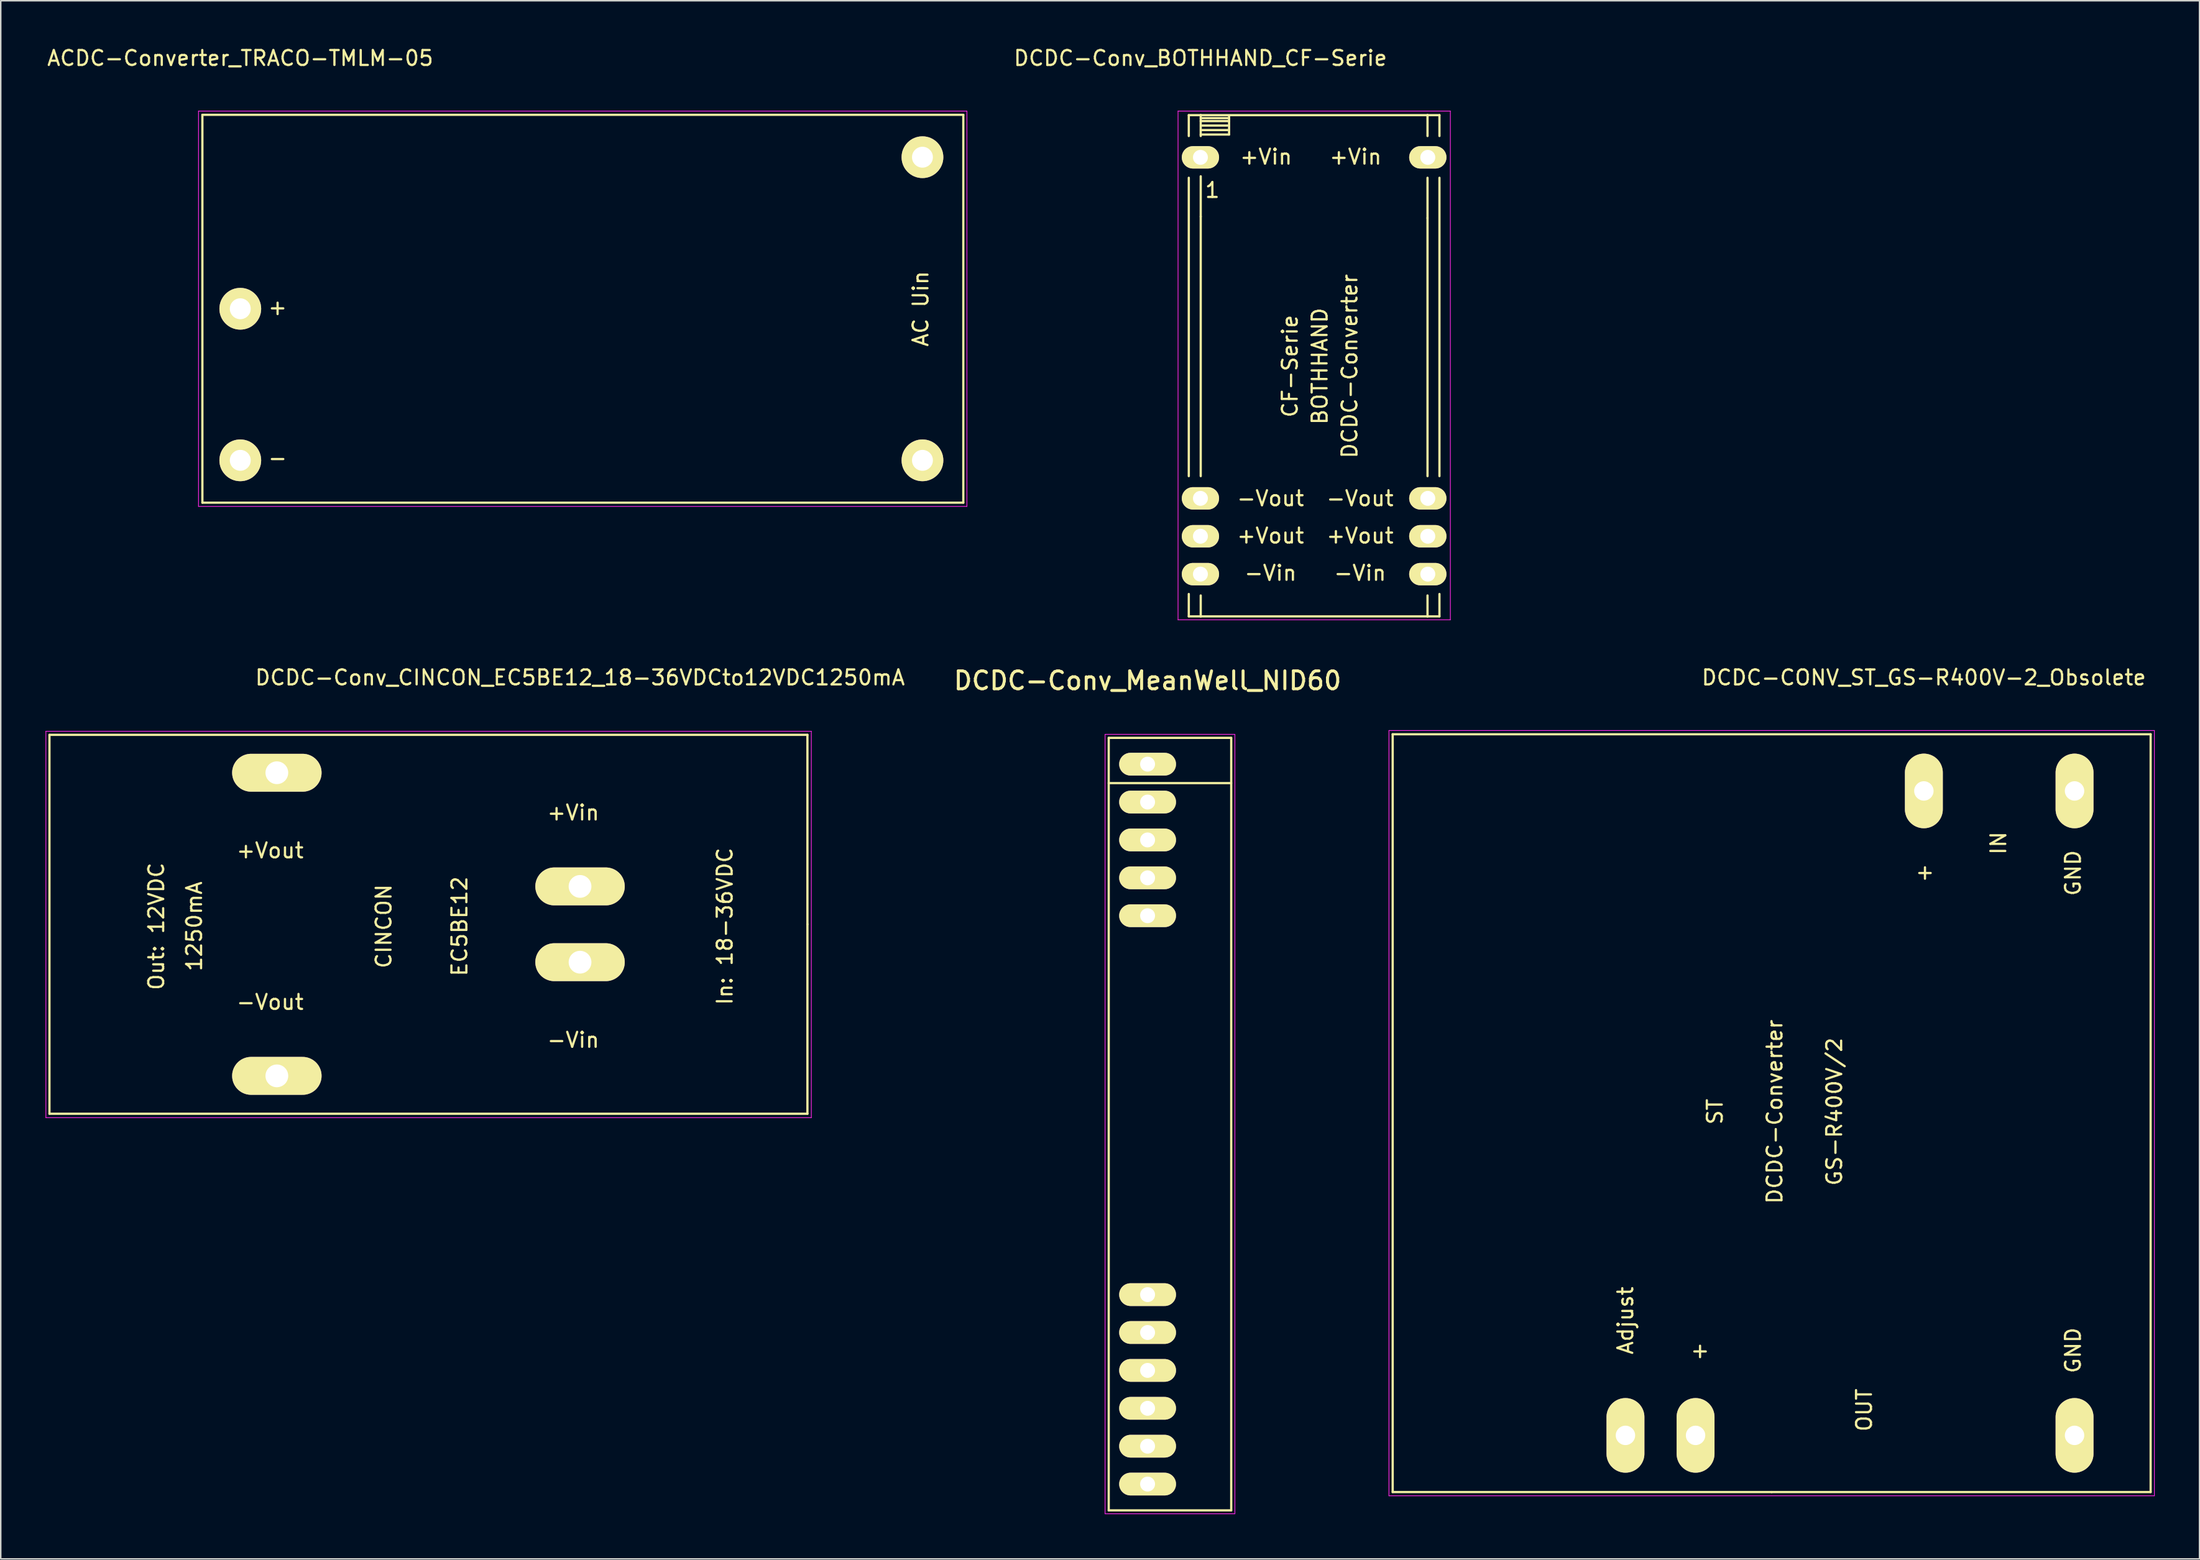
<source format=kicad_pcb>
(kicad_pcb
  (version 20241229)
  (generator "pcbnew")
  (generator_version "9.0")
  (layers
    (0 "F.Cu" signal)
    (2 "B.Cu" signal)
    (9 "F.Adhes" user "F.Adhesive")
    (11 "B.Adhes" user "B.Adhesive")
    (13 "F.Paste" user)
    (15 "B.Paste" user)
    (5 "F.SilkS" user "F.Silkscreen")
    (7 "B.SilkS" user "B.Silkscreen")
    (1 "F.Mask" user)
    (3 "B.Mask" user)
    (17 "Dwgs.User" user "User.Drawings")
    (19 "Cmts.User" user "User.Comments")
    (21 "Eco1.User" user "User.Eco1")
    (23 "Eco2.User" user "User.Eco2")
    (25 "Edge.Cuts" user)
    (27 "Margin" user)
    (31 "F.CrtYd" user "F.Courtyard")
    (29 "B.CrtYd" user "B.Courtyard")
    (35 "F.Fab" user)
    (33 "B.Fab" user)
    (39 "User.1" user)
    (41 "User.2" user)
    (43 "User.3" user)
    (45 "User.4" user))
  (footprint "DCDC-Conv_BOTHHAND_CF-Serie"
    (layer "F.Cu")
    (at 77.404 7.498)
    (property "Reference" "DCDC-Conv_BOTHHAND_CF-Serie" (at 0 -6.65 0) (layer "F.SilkS") (effects (font (size 1 1) (thickness 0.15))))
    (attr through_hole)
    (fp_line (start -0.78 -2.83) (end -0.78 -1.43) (stroke (width 0.15) (type solid)) (layer "F.SilkS"))
    (fp_line (start -0.78 21.369) (end -0.78 1.369) (stroke (width 0.15) (type solid)) (layer "F.SilkS"))
    (fp_line (start -0.78 30.77) (end -0.78 29.271) (stroke (width 0.15) (type solid)) (layer "F.SilkS"))
    (fp_line (start 0.02 -2.83) (end -0.78 -2.83) (stroke (width 0.15) (type solid)) (layer "F.SilkS"))
    (fp_line (start 0.02 -2.83) (end 0.02 -1.43) (stroke (width 0.15) (type solid)) (layer "F.SilkS"))
    (fp_line (start 0.02 3.97) (end 0.02 1.27) (stroke (width 0.15) (type solid)) (layer "F.SilkS"))
    (fp_line (start 0.02 21.369) (end 0.02 3.97) (stroke (width 0.15) (type solid)) (layer "F.SilkS"))
    (fp_line (start 0.02 30.77) (end -0.78 30.77) (stroke (width 0.15) (type solid)) (layer "F.SilkS"))
    (fp_line (start 0.02 30.77) (end 0.02 29.37) (stroke (width 0.15) (type solid)) (layer "F.SilkS"))
    (fp_line (start 0.02 30.77) (end 15.22 30.77) (stroke (width 0.15) (type solid)) (layer "F.SilkS"))
    (fp_line (start 1.821 -2.131) (end 0.119 -2.131) (stroke (width 0.15) (type solid)) (layer "F.SilkS"))
    (fp_line (start 1.821 -1.829) (end 0.119 -1.829) (stroke (width 0.15) (type solid)) (layer "F.SilkS"))
    (fp_line (start 1.92 -2.731) (end 1.92 -1.529) (stroke (width 0.15) (type solid)) (layer "F.SilkS"))
    (fp_line (start 1.92 -2.629) (end 0.02 -2.629) (stroke (width 0.15) (type solid)) (layer "F.SilkS"))
    (fp_line (start 1.92 -2.431) (end 0.02 -2.431) (stroke (width 0.15) (type solid)) (layer "F.SilkS"))
    (fp_line (start 1.92 -1.529) (end 0.02 -1.529) (stroke (width 0.15) (type solid)) (layer "F.SilkS"))
    (fp_line (start 15.22 -2.83) (end 0.02 -2.83) (stroke (width 0.15) (type solid)) (layer "F.SilkS"))
    (fp_line (start 15.22 -2.83) (end 15.22 -1.43) (stroke (width 0.15) (type solid)) (layer "F.SilkS"))
    (fp_line (start 15.22 -2.83) (end 16.02 -2.83) (stroke (width 0.15) (type solid)) (layer "F.SilkS"))
    (fp_line (start 15.22 4.069) (end 15.22 1.369) (stroke (width 0.15) (type solid)) (layer "F.SilkS"))
    (fp_line (start 15.22 4.069) (end 15.22 21.369) (stroke (width 0.15) (type solid)) (layer "F.SilkS"))
    (fp_line (start 15.22 29.37) (end 15.22 30.77) (stroke (width 0.15) (type solid)) (layer "F.SilkS"))
    (fp_line (start 15.22 30.77) (end 16.02 30.77) (stroke (width 0.15) (type solid)) (layer "F.SilkS"))
    (fp_line (start 16.02 -2.83) (end 16.02 -1.43) (stroke (width 0.15) (type solid)) (layer "F.SilkS"))
    (fp_line (start 16.02 21.369) (end 16.02 1.369) (stroke (width 0.15) (type solid)) (layer "F.SilkS"))
    (fp_line (start 16.02 30.77) (end 16.02 29.271) (stroke (width 0.15) (type solid)) (layer "F.SilkS"))
    (fp_line (start -1.5 -3.1) (end -1.5 31) (stroke (width 0.05) (type solid)) (layer "F.CrtYd"))
    (fp_line (start -1.5 -3.1) (end 16.75 -3.1) (stroke (width 0.05) (type solid)) (layer "F.CrtYd"))
    (fp_line (start -1.5 31) (end 16.75 31) (stroke (width 0.05) (type solid)) (layer "F.CrtYd"))
    (fp_line (start 16.75 -3.1) (end 16.75 31) (stroke (width 0.05) (type solid)) (layer "F.CrtYd"))
    (fp_text user "CF-Serie" (at 6 14 270) (layer "F.SilkS") (effects (font (size 1 1) (thickness 0.15))))
    (fp_text user "-Vout" (at 10.698 22.862 0) (layer "F.SilkS") (effects (font (size 1 1) (thickness 0.15))))
    (fp_text user "-Vin" (at 4.698 27.863 0) (layer "F.SilkS") (effects (font (size 1 1) (thickness 0.15))))
    (fp_text user "+Vout" (at 4.698 25.364 0) (layer "F.SilkS") (effects (font (size 1 1) (thickness 0.15))))
    (fp_text user "-Vout" (at 4.698 22.862 0) (layer "F.SilkS") (effects (font (size 1 1) (thickness 0.15))))
    (fp_text user "+Vin" (at 4.398 -0.038 0) (layer "F.SilkS") (effects (font (size 1 1) (thickness 0.15))))
    (fp_text user "+Vin" (at 10.398 -0.038 0) (layer "F.SilkS") (effects (font (size 1 1) (thickness 0.15))))
    (fp_text user "+Vout" (at 10.698 25.364 0) (layer "F.SilkS") (effects (font (size 1 1) (thickness 0.15))))
    (fp_text user "1" (at 0.8 2.2 0) (layer "F.SilkS") (effects (font (size 1 1) (thickness 0.15))))
    (fp_text user "BOTHHAND" (at 8 14 270) (layer "F.SilkS") (effects (font (size 1 1) (thickness 0.15))))
    (fp_text user "DCDC-Converter" (at 10 14 270) (layer "F.SilkS") (effects (font (size 1 1) (thickness 0.15))))
    (fp_text user "-Vin" (at 10.698 27.863 0) (layer "F.SilkS") (effects (font (size 1 1) (thickness 0.15))))
    (pad "1" thru_hole oval (at 0 0) (size 2.499 1.501) (drill 1.001) (layers "*.Cu" "*.Mask" "F.SilkS"))
    (pad "10" thru_hole oval (at 0 22.86) (size 2.499 1.501) (drill 1.001) (layers "*.Cu" "*.Mask" "F.SilkS"))
    (pad "11" thru_hole oval (at 0 25.4) (size 2.499 1.501) (drill 1.001) (layers "*.Cu" "*.Mask" "F.SilkS"))
    (pad "12" thru_hole oval (at 0 27.94) (size 2.499 1.501) (drill 1.001) (layers "*.Cu" "*.Mask" "F.SilkS"))
    (pad "13" thru_hole oval (at 15.24 27.94) (size 2.499 1.501) (drill 1.001) (layers "*.Cu" "*.Mask" "F.SilkS"))
    (pad "14" thru_hole oval (at 15.24 25.4) (size 2.499 1.501) (drill 1.001) (layers "*.Cu" "*.Mask" "F.SilkS"))
    (pad "15" thru_hole oval (at 15.24 22.86) (size 2.499 1.501) (drill 1.001) (layers "*.Cu" "*.Mask" "F.SilkS"))
    (pad "24" thru_hole oval (at 15.24 0) (size 2.499 1.501) (drill 1.001) (layers "*.Cu" "*.Mask" "F.SilkS")))
  (footprint "DCDC-Conv_MeanWell_NID60"
    (layer "F.Cu")
    (at 73.863 48.176)
    (property "Reference" "DCDC-Conv_MeanWell_NID60" (at 0 -5.6 0) (layer "F.SilkS") (effects (font (size 1.2 1.2) (thickness 0.2))))
    (attr through_hole)
    (fp_line (start -2.605 -1.762) (end 5.6 -1.762) (stroke (width 0.15) (type solid)) (layer "F.SilkS"))
    (fp_line (start -2.605 1.27) (end 5.6 1.27) (stroke (width 0.15) (type solid)) (layer "F.SilkS"))
    (fp_line (start -2.605 50.022) (end -2.605 -1.762) (stroke (width 0.15) (type solid)) (layer "F.SilkS"))
    (fp_line (start 5.6 50.022) (end -2.605 50.022) (stroke (width 0.15) (type solid)) (layer "F.SilkS"))
    (fp_line (start 5.605 -1.762) (end 5.605 50.022) (stroke (width 0.15) (type solid)) (layer "F.SilkS"))
    (fp_line (start -2.85 -2) (end -2.85 50.25) (stroke (width 0.05) (type solid)) (layer "F.CrtYd"))
    (fp_line (start -2.85 -2) (end 5.85 -2) (stroke (width 0.05) (type solid)) (layer "F.CrtYd"))
    (fp_line (start -2.85 50.25) (end 5.85 50.25) (stroke (width 0.05) (type solid)) (layer "F.CrtYd"))
    (fp_line (start 5.85 -2) (end 5.85 50.25) (stroke (width 0.05) (type solid)) (layer "F.CrtYd"))
    (pad "1" thru_hole oval (at 0 0) (size 3.81 1.524) (drill 1) (layers "*.Cu" "*.Mask" "F.SilkS"))
    (pad "2" thru_hole oval (at 0 2.54) (size 3.81 1.524) (drill 1) (layers "*.Cu" "*.Mask" "F.SilkS"))
    (pad "3" thru_hole oval (at 0 5.08) (size 3.81 1.524) (drill 1) (layers "*.Cu" "*.Mask" "F.SilkS"))
    (pad "4" thru_hole oval (at 0 7.62) (size 3.81 1.524) (drill 1) (layers "*.Cu" "*.Mask" "F.SilkS"))
    (pad "5" thru_hole oval (at 0 10.16) (size 3.81 1.524) (drill 1) (layers "*.Cu" "*.Mask" "F.SilkS"))
    (pad "6" thru_hole oval (at 0 35.56) (size 3.81 1.524) (drill 1) (layers "*.Cu" "*.Mask" "F.SilkS"))
    (pad "7" thru_hole oval (at 0 38.1) (size 3.81 1.524) (drill 1) (layers "*.Cu" "*.Mask" "F.SilkS"))
    (pad "8" thru_hole oval (at 0 40.64) (size 3.81 1.524) (drill 1) (layers "*.Cu" "*.Mask" "F.SilkS"))
    (pad "9" thru_hole oval (at 0 43.18) (size 3.81 1.524) (drill 1) (layers "*.Cu" "*.Mask" "F.SilkS"))
    (pad "10" thru_hole oval (at 0 45.72) (size 3.81 1.524) (drill 1) (layers "*.Cu" "*.Mask" "F.SilkS"))
    (pad "11" thru_hole oval (at 0 48.26) (size 3.81 1.524) (drill 1) (layers "*.Cu" "*.Mask" "F.SilkS")))
  (footprint "DCDC-CONV_ST_GS-R400V-2_Obsolete"
    (layer "F.Cu")
    (at 125.89 49.971)
    (property "Reference" "DCDC-CONV_ST_GS-R400V-2_Obsolete" (at 0 -7.6 0) (layer "F.SilkS") (effects (font (size 1 1) (thickness 0.15))))
    (attr through_hole)
    (fp_line (start -35.601 -3.8) (end -35.601 47) (stroke (width 0.15) (type solid)) (layer "F.SilkS"))
    (fp_line (start -35.601 47) (end -10.201 47) (stroke (width 0.15) (type solid)) (layer "F.SilkS"))
    (fp_line (start -10.201 47) (end 15.199 47) (stroke (width 0.15) (type solid)) (layer "F.SilkS"))
    (fp_line (start 15.199 -3.8) (end -35.601 -3.8) (stroke (width 0.15) (type solid)) (layer "F.SilkS"))
    (fp_line (start 15.199 47) (end 15.199 -3.8) (stroke (width 0.15) (type solid)) (layer "F.SilkS"))
    (fp_line (start -35.85 -4.05) (end -35.85 47.25) (stroke (width 0.05) (type solid)) (layer "F.CrtYd"))
    (fp_line (start -35.85 -4.05) (end 15.45 -4.05) (stroke (width 0.05) (type solid)) (layer "F.CrtYd"))
    (fp_line (start -35.85 47.25) (end 15.45 47.25) (stroke (width 0.05) (type solid)) (layer "F.CrtYd"))
    (fp_line (start 15.45 -4.05) (end 15.45 47.25) (stroke (width 0.05) (type solid)) (layer "F.CrtYd"))
    (fp_text user "GND" (at 10 5.501 90) (layer "F.SilkS") (effects (font (size 1 1) (thickness 0.15))))
    (fp_text user "+" (at -15.001 37.499 0) (layer "F.SilkS") (effects (font (size 1 1) (thickness 0.15))))
    (fp_text user "+" (at -0.00002 5.501 90) (layer "F.SilkS") (effects (font (size 1 1) (thickness 0.15))))
    (fp_text user "Adjust" (at -20 35.5 90) (layer "F.SilkS") (effects (font (size 1 1) (thickness 0.15))))
    (fp_text user "GS-R400V/2" (at -6 21.5 90) (layer "F.SilkS") (effects (font (size 1 1) (thickness 0.15))))
    (fp_text user "GND" (at 10 37.499 90) (layer "F.SilkS") (effects (font (size 1 1) (thickness 0.15))))
    (fp_text user "IN" (at 5.001 3.499 90) (layer "F.SilkS") (effects (font (size 1 1) (thickness 0.15))))
    (fp_text user "OUT" (at -4.001 41.5 90) (layer "F.SilkS") (effects (font (size 1 1) (thickness 0.15))))
    (fp_text user "DCDC-Converter" (at -10 21.5 90) (layer "F.SilkS") (effects (font (size 1 1) (thickness 0.15))))
    (fp_text user "ST" (at -14.001 21.5 90) (layer "F.SilkS") (effects (font (size 1 1) (thickness 0.15))))
    (pad "1" thru_hole oval (at 0 0) (size 2.54 5.001) (drill 1.3) (layers "*.Cu" "*.Mask" "F.SilkS"))
    (pad "2" thru_hole oval (at 10.099 0) (size 2.54 5.001) (drill 1.3) (layers "*.Cu" "*.Mask" "F.SilkS"))
    (pad "3" thru_hole oval (at 10.099 43.2) (size 2.54 5.001) (drill 1.3) (layers "*.Cu" "*.Mask" "F.SilkS"))
    (pad "4" thru_hole oval (at -15.301 43.2) (size 2.54 5.001) (drill 1.3) (layers "*.Cu" "*.Mask" "F.SilkS"))
    (pad "5" thru_hole oval (at -20 43.2) (size 2.54 5.001) (drill 1.3) (layers "*.Cu" "*.Mask" "F.SilkS")))
  (footprint "ACDC-Converter_TRACO-TMLM-05"
    (layer "F.Cu")
    (at 13.054 17.648)
    (property "Reference" "ACDC-Converter_TRACO-TMLM-05" (at 0 -16.8 0) (layer "F.SilkS") (effects (font (size 1 1) (thickness 0.15))))
    (attr through_hole)
    (fp_line (start -2.54 -13) (end 48.458 -13) (stroke (width 0.15) (type solid)) (layer "F.SilkS"))
    (fp_line (start -2.54 13) (end -2.54 -13) (stroke (width 0.15) (type solid)) (layer "F.SilkS"))
    (fp_line (start 48.458 -13) (end 48.458 13) (stroke (width 0.15) (type solid)) (layer "F.SilkS"))
    (fp_line (start 48.458 13) (end -2.54 13) (stroke (width 0.15) (type solid)) (layer "F.SilkS"))
    (fp_line (start -2.8 -13.25) (end -2.8 13.25) (stroke (width 0.05) (type solid)) (layer "F.CrtYd"))
    (fp_line (start -2.8 -13.25) (end 48.7 -13.25) (stroke (width 0.05) (type solid)) (layer "F.CrtYd"))
    (fp_line (start -2.8 13.25) (end 48.7 13.25) (stroke (width 0.05) (type solid)) (layer "F.CrtYd"))
    (fp_line (start 48.7 -13.25) (end 48.7 13.25) (stroke (width 0.05) (type solid)) (layer "F.CrtYd"))
    (fp_text user "AC Uin" (at 45.6 0 90) (layer "F.SilkS") (effects (font (size 1 1) (thickness 0.15))))
    (fp_text user "-" (at 2.5 10 0) (layer "F.SilkS") (effects (font (size 1 1) (thickness 0.15))))
    (fp_text user "+" (at 2.5 -0.1 0) (layer "F.SilkS") (effects (font (size 1 1) (thickness 0.15))))
    (pad "1" thru_hole circle (at 0 0) (size 2.799 2.799) (drill 1.4) (layers "*.Cu" "*.Mask" "F.SilkS"))
    (pad "2" thru_hole circle (at 0 10.16) (size 2.799 2.799) (drill 1.4) (layers "*.Cu" "*.Mask" "F.SilkS"))
    (pad "3" thru_hole circle (at 45.72 10.16) (size 2.799 2.799) (drill 1.4) (layers "*.Cu" "*.Mask" "F.SilkS"))
    (pad "4" thru_hole circle (at 45.72 -10.16) (size 2.799 2.799) (drill 1.4) (layers "*.Cu" "*.Mask" "F.SilkS")))
  (footprint "DCDC-Conv_CINCON_EC5BE12_18-36VDCto12VDC1250mA"
    (layer "F.Cu")
    (at 35.825 56.371)
    (property "Reference" "DCDC-Conv_CINCON_EC5BE12_18-36VDCto12VDC1250mA" (at 0 -14 0) (layer "F.SilkS") (effects (font (size 1 1) (thickness 0.15))))
    (attr through_hole)
    (fp_line (start -35.56 -10.16) (end -35.56 15.24) (stroke (width 0.15) (type solid)) (layer "F.SilkS"))
    (fp_line (start -35.56 15.24) (end 15.24 15.24) (stroke (width 0.15) (type solid)) (layer "F.SilkS"))
    (fp_line (start 15.24 -10.16) (end -35.56 -10.16) (stroke (width 0.15) (type solid)) (layer "F.SilkS"))
    (fp_line (start 15.24 2.54) (end 15.24 -10.16) (stroke (width 0.15) (type solid)) (layer "F.SilkS"))
    (fp_line (start 15.24 15.24) (end 15.24 2.54) (stroke (width 0.15) (type solid)) (layer "F.SilkS"))
    (fp_line (start -35.8 -10.4) (end -35.8 15.5) (stroke (width 0.05) (type solid)) (layer "F.CrtYd"))
    (fp_line (start -35.8 -10.4) (end 15.5 -10.4) (stroke (width 0.05) (type solid)) (layer "F.CrtYd"))
    (fp_line (start -35.8 15.5) (end 15.5 15.5) (stroke (width 0.05) (type solid)) (layer "F.CrtYd"))
    (fp_line (start 15.5 -10.4) (end 15.5 15.5) (stroke (width 0.05) (type solid)) (layer "F.CrtYd"))
    (fp_text user "-Vout" (at -20.775 7.755 180) (layer "F.SilkS") (effects (font (size 1 1) (thickness 0.15))))
    (fp_text user "-Vin" (at -0.455 10.295 180) (layer "F.SilkS") (effects (font (size 1 1) (thickness 0.15))))
    (fp_text user "CINCON" (at -13.155 2.675 90) (layer "F.SilkS") (effects (font (size 1 1) (thickness 0.15))))
    (fp_text user "Out: 12VDC" (at -28.395 2.675 90) (layer "F.SilkS") (effects (font (size 1 1) (thickness 0.15))))
    (fp_text user "EC5BE12" (at -8.075 2.675 90) (layer "F.SilkS") (effects (font (size 1 1) (thickness 0.15))))
    (fp_text user "In: 18-36VDC" (at 9.705 2.675 90) (layer "F.SilkS") (effects (font (size 1 1) (thickness 0.15))))
    (fp_text user "+Vin" (at -0.455 -4.945 180) (layer "F.SilkS") (effects (font (size 1 1) (thickness 0.15))))
    (fp_text user "1250mA" (at -25.855 2.675 90) (layer "F.SilkS") (effects (font (size 1 1) (thickness 0.15))))
    (fp_text user "+Vout" (at -20.775 -2.405 180) (layer "F.SilkS") (effects (font (size 1 1) (thickness 0.15))))
    (pad "1" thru_hole oval (at 0 0) (size 5.994 2.54) (drill 1.524) (layers "*.Cu" "*.Mask" "F.SilkS"))
    (pad "2" thru_hole oval (at 0 5.08) (size 5.994 2.54) (drill 1.524) (layers "*.Cu" "*.Mask" "F.SilkS"))
    (pad "3" thru_hole oval (at -20.32 -7.62) (size 5.994 2.54) (drill 1.524) (layers "*.Cu" "*.Mask" "F.SilkS"))
    (pad "5" thru_hole oval (at -20.32 12.7) (size 5.994 2.54) (drill 1.524) (layers "*.Cu" "*.Mask" "F.SilkS")))
  (gr_rect
    (start -3 -3)
    (end 144.365 101.451)
    (stroke (width 0.1) (type default))
    (fill no)
    (layer "Edge.Cuts")))
</source>
